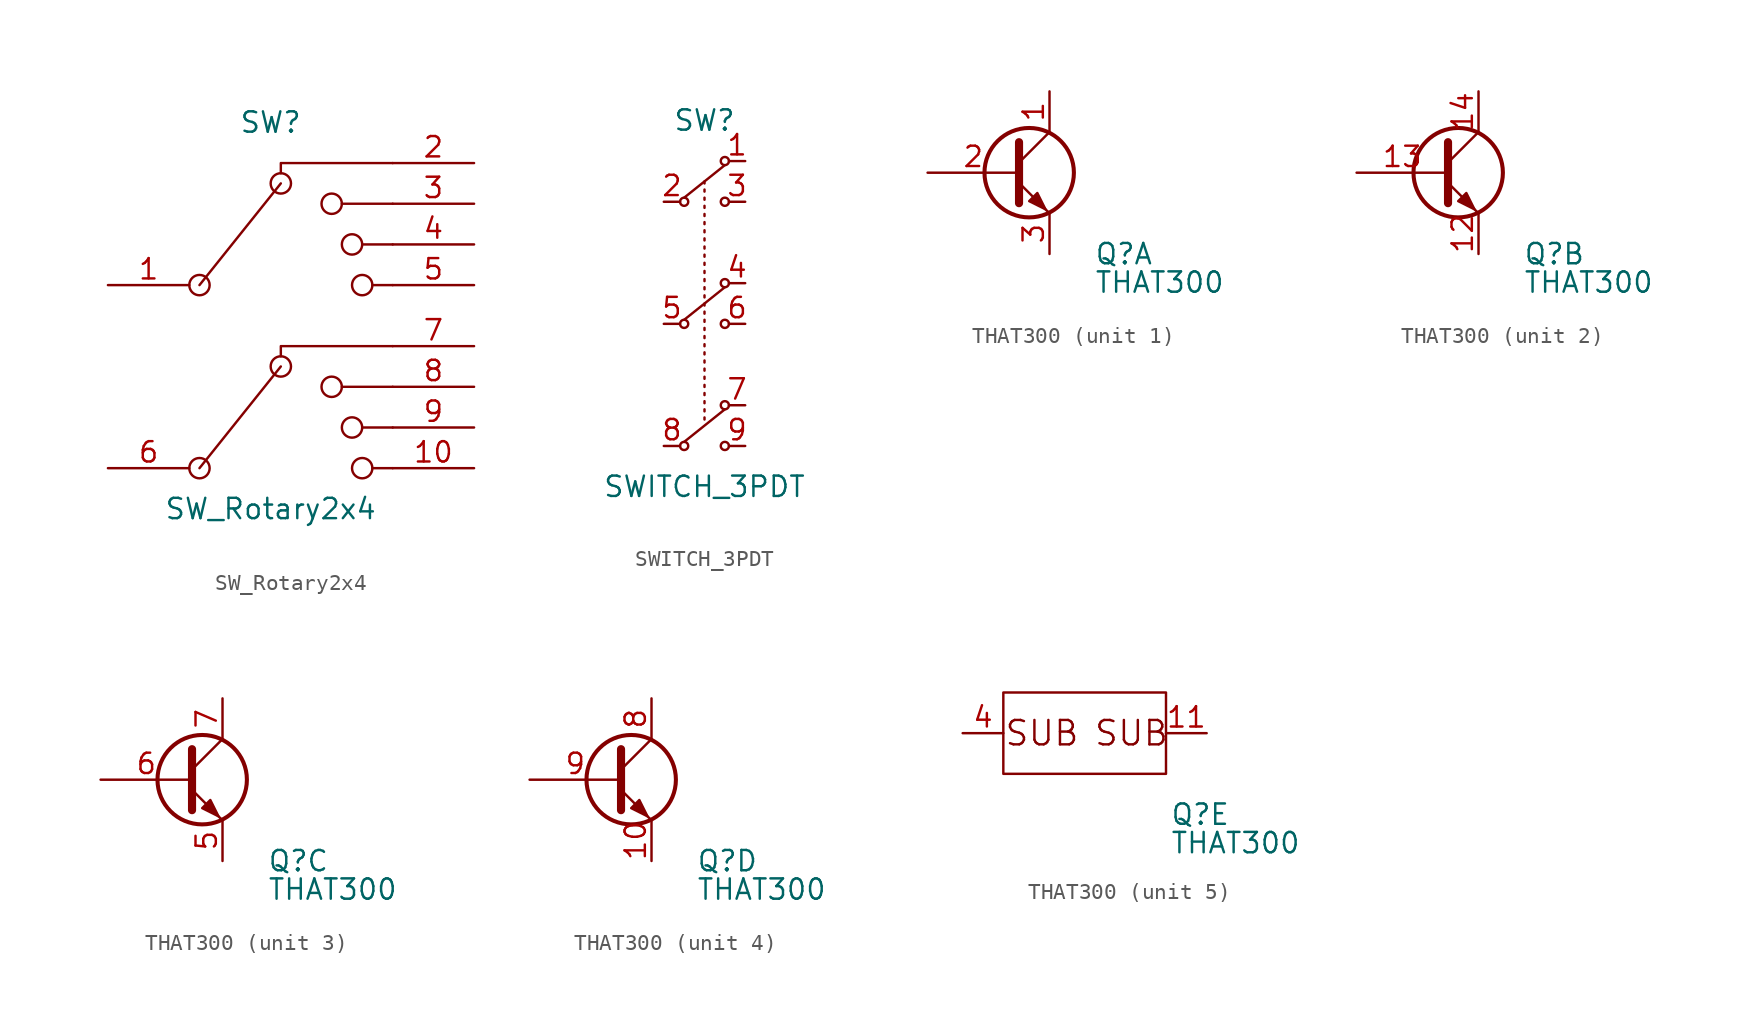
<source format=kicad_sym>
(kicad_symbol_lib
  (version 20220914)
  (generator kicad_symbol_editor)
  (symbol "SW_Rotary2x4"
    (pin_names
      (offset 1.016) hide)
    (property "Reference" "SW"
      (at 0 11.43 0)
      (effects (font (size 1.27 1.27))))
    (property "Value" "SW_Rotary2x4"
      (at 0 -12.7 0)
      (effects (font (size 1.27 1.27))))
    (symbol "SW_Rotary2x4_0_0"
      (circle (center -4.445 -10.16) (radius 0.635) (stroke (width 0) (type default)) (fill (type none)))
      (circle (center -4.445 1.27) (radius 0.635) (stroke (width 0) (type default)) (fill (type none)))
      (polyline (pts (xy -4.445 -10.16) (xy 0.635 -3.81)) (stroke (width 0) (type default)) (fill (type none)))
      (polyline (pts (xy -4.445 1.27) (xy 0.635 7.62)) (stroke (width 0) (type default)) (fill (type none)))
      (polyline (pts (xy 4.445 -5.08) (xy 7.62 -5.08)) (stroke (width 0) (type default)) (fill (type none)))
      (polyline (pts (xy 4.445 6.35) (xy 7.62 6.35)) (stroke (width 0) (type default)) (fill (type none)))
      (polyline (pts (xy 5.715 -7.62) (xy 7.62 -7.62)) (stroke (width 0) (type default)) (fill (type none)))
      (polyline (pts (xy 5.715 3.81) (xy 7.62 3.81)) (stroke (width 0) (type default)) (fill (type none)))
      (polyline (pts (xy 6.35 -10.16) (xy 7.62 -10.16)) (stroke (width 0) (type default)) (fill (type none)))
      (polyline (pts (xy 6.35 1.27) (xy 7.62 1.27)) (stroke (width 0) (type default)) (fill (type none)))
      (polyline (pts (xy 0.635 -3.175) (xy 0.635 -2.54) (xy 7.62 -2.54)) (stroke (width 0) (type default)) (fill (type none)))
      (polyline (pts (xy 0.635 8.255) (xy 0.635 8.89) (xy 7.62 8.89)) (stroke (width 0) (type default)) (fill (type none)))
      (circle (center 0.635 -3.81) (radius 0.635) (stroke (width 0) (type default)) (fill (type none)))
      (circle (center 0.635 7.62) (radius 0.635) (stroke (width 0) (type default)) (fill (type none)))
      (circle (center 3.81 -5.08) (radius 0.635) (stroke (width 0) (type default)) (fill (type none)))
      (circle (center 3.81 6.35) (radius 0.635) (stroke (width 0) (type default)) (fill (type none)))
      (circle (center 5.08 -7.62) (radius 0.635) (stroke (width 0) (type default)) (fill (type none)))
      (circle (center 5.08 3.81) (radius 0.635) (stroke (width 0) (type default)) (fill (type none)))
      (circle (center 5.715 -10.16) (radius 0.635) (stroke (width 0) (type default)) (fill (type none)))
      (circle (center 5.715 1.27) (radius 0.635) (stroke (width 0) (type default)) (fill (type none))))
    (symbol "SW_Rotary2x4_1_1"
      (pin passive line (at -10.16 1.27 0) (length 5.08) (name "A" (effects (font (size 1.27 1.27)))) (number "1" (effects (font (size 1.27 1.27)))))
      (pin passive line (at 12.7 -10.16 180) (length 5.08) (name "8" (effects (font (size 1.27 1.27)))) (number "10" (effects (font (size 1.27 1.27)))))
      (pin passive line (at 12.7 8.89 180) (length 5.08) (name "1" (effects (font (size 1.27 1.27)))) (number "2" (effects (font (size 1.27 1.27)))))
      (pin passive line (at 12.7 6.35 180) (length 5.08) (name "2" (effects (font (size 1.27 1.27)))) (number "3" (effects (font (size 1.27 1.27)))))
      (pin passive line (at 12.7 3.81 180) (length 5.08) (name "3" (effects (font (size 1.27 1.27)))) (number "4" (effects (font (size 1.27 1.27)))))
      (pin passive line (at 12.7 1.27 180) (length 5.08) (name "4" (effects (font (size 1.27 1.27)))) (number "5" (effects (font (size 1.27 1.27)))))
      (pin passive line (at -10.16 -10.16 0) (length 5.08) (name "B" (effects (font (size 1.27 1.27)))) (number "6" (effects (font (size 1.27 1.27)))))
      (pin passive line (at 12.7 -2.54 180) (length 5.08) (name "5" (effects (font (size 1.27 1.27)))) (number "7" (effects (font (size 1.27 1.27)))))
      (pin passive line (at 12.7 -5.08 180) (length 5.08) (name "6" (effects (font (size 1.27 1.27)))) (number "8" (effects (font (size 1.27 1.27)))))
      (pin passive line (at 12.7 -7.62 180) (length 5.08) (name "7" (effects (font (size 1.27 1.27)))) (number "9" (effects (font (size 1.27 1.27)))))))
  (symbol "SWITCH_3PDT"
    (pin_names
      (offset 0.025) hide)
    (property "Reference" "SW"
      (at 0 12.7 0)
      (effects (font (size 1.27 1.27))))
    (property "Value" "SWITCH_3PDT"
      (at 0 -10.16 0)
      (effects (font (size 1.27 1.27))))
    (symbol "SWITCH_3PDT_1_1"
      (circle (center -1.27 -7.62) (radius 0.254) (stroke (width 0) (type default)) (fill (type none)))
      (circle (center -1.27 0) (radius 0.254) (stroke (width 0) (type default)) (fill (type none)))
      (circle (center -1.27 7.62) (radius 0.254) (stroke (width 0) (type default)) (fill (type none)))
      (polyline (pts (xy -1.27 -7.366) (xy 1.27 -5.334)) (stroke (width 0) (type default)) (fill (type none)))
      (polyline (pts (xy -1.27 0.254) (xy 1.27 2.286)) (stroke (width 0) (type default)) (fill (type none)))
      (polyline (pts (xy -1.27 7.874) (xy 1.27 9.906)) (stroke (width 0) (type default)) (fill (type none)))
      (polyline (pts (xy 0 -5.842) (xy 0 -5.969)) (stroke (width 0) (type default)) (fill (type none)))
      (polyline (pts (xy 0 -5.334) (xy 0 -5.461)) (stroke (width 0) (type default)) (fill (type none)))
      (polyline (pts (xy 0 -4.826) (xy 0 -4.953)) (stroke (width 0) (type default)) (fill (type none)))
      (polyline (pts (xy 0 -4.318) (xy 0 -4.445)) (stroke (width 0) (type default)) (fill (type none)))
      (polyline (pts (xy 0 -3.81) (xy 0 -3.937)) (stroke (width 0) (type default)) (fill (type none)))
      (polyline (pts (xy 0 -3.302) (xy 0 -3.429)) (stroke (width 0) (type default)) (fill (type none)))
      (polyline (pts (xy 0 -2.794) (xy 0 -2.921)) (stroke (width 0) (type default)) (fill (type none)))
      (polyline (pts (xy 0 -2.286) (xy 0 -2.413)) (stroke (width 0) (type default)) (fill (type none)))
      (polyline (pts (xy 0 -1.778) (xy 0 -1.905)) (stroke (width 0) (type default)) (fill (type none)))
      (polyline (pts (xy 0 -1.27) (xy 0 -1.397)) (stroke (width 0) (type default)) (fill (type none)))
      (polyline (pts (xy 0 -0.762) (xy 0 -0.889)) (stroke (width 0) (type default)) (fill (type none)))
      (polyline (pts (xy 0 -0.254) (xy 0 -0.381)) (stroke (width 0) (type default)) (fill (type none)))
      (polyline (pts (xy 0 0.254) (xy 0 0.127)) (stroke (width 0) (type default)) (fill (type none)))
      (polyline (pts (xy 0 0.762) (xy 0 0.635)) (stroke (width 0) (type default)) (fill (type none)))
      (polyline (pts (xy 0 1.27) (xy 0 1.143)) (stroke (width 0) (type default)) (fill (type none)))
      (polyline (pts (xy 0 1.778) (xy 0 1.651)) (stroke (width 0) (type default)) (fill (type none)))
      (polyline (pts (xy 0 2.286) (xy 0 2.159)) (stroke (width 0) (type default)) (fill (type none)))
      (polyline (pts (xy 0 2.794) (xy 0 2.667)) (stroke (width 0) (type default)) (fill (type none)))
      (polyline (pts (xy 0 3.302) (xy 0 3.175)) (stroke (width 0) (type default)) (fill (type none)))
      (polyline (pts (xy 0 3.81) (xy 0 3.683)) (stroke (width 0) (type default)) (fill (type none)))
      (polyline (pts (xy 0 4.318) (xy 0 4.191)) (stroke (width 0) (type default)) (fill (type none)))
      (polyline (pts (xy 0 4.826) (xy 0 4.699)) (stroke (width 0) (type default)) (fill (type none)))
      (polyline (pts (xy 0 5.334) (xy 0 5.207)) (stroke (width 0) (type default)) (fill (type none)))
      (polyline (pts (xy 0 5.842) (xy 0 5.715)) (stroke (width 0) (type default)) (fill (type none)))
      (polyline (pts (xy 0 6.35) (xy 0 6.223)) (stroke (width 0) (type default)) (fill (type none)))
      (polyline (pts (xy 0 6.858) (xy 0 6.731)) (stroke (width 0) (type default)) (fill (type none)))
      (polyline (pts (xy 0 7.366) (xy 0 7.239)) (stroke (width 0) (type default)) (fill (type none)))
      (polyline (pts (xy 0 7.874) (xy 0 7.747)) (stroke (width 0) (type default)) (fill (type none)))
      (polyline (pts (xy 0 8.382) (xy 0 8.255)) (stroke (width 0) (type default)) (fill (type none)))
      (polyline (pts (xy 0 8.89) (xy 0 8.763)) (stroke (width 0) (type default)) (fill (type none)))
      (circle (center 1.27 -7.62) (radius 0.254) (stroke (width 0) (type default)) (fill (type none)))
      (circle (center 1.27 -5.08) (radius 0.254) (stroke (width 0) (type default)) (fill (type none)))
      (circle (center 1.27 0) (radius 0.254) (stroke (width 0) (type default)) (fill (type none)))
      (circle (center 1.27 2.54) (radius 0.254) (stroke (width 0) (type default)) (fill (type none)))
      (circle (center 1.27 7.62) (radius 0.254) (stroke (width 0) (type default)) (fill (type none)))
      (circle (center 1.27 10.16) (radius 0.254) (stroke (width 0) (type default)) (fill (type none)))
      (pin passive line (at 2.54 10.16 180) (length 1.016) (name "\"~{\"}" (effects (font (size 1.27 1.27)))) (number "1" (effects (font (size 1.27 1.27)))))
      (pin passive line (at -2.54 7.62 0) (length 1.016) (name "\"~{\"}" (effects (font (size 1.27 1.27)))) (number "2" (effects (font (size 1.27 1.27)))))
      (pin passive line (at 2.54 7.62 180) (length 1.016) (name "\"~{\"}" (effects (font (size 1.27 1.27)))) (number "3" (effects (font (size 1.27 1.27)))))
      (pin passive line (at 2.54 2.54 180) (length 1.016) (name "\"~{\"}" (effects (font (size 1.27 1.27)))) (number "4" (effects (font (size 1.27 1.27)))))
      (pin passive line (at -2.54 0 0) (length 1.016) (name "\"~{\"}" (effects (font (size 1.27 1.27)))) (number "5" (effects (font (size 1.27 1.27)))))
      (pin passive line (at 2.54 0 180) (length 1.016) (name "\"~{\"}" (effects (font (size 1.27 1.27)))) (number "6" (effects (font (size 1.27 1.27)))))
      (pin passive line (at 2.54 -5.08 180) (length 1.016) (name "\"~{\"}" (effects (font (size 1.27 1.27)))) (number "7" (effects (font (size 1.27 1.27)))))
      (pin passive line (at -2.54 -7.62 0) (length 1.016) (name "\"~{\"}" (effects (font (size 1.27 1.27)))) (number "8" (effects (font (size 1.27 1.27)))))
      (pin passive line (at 2.54 -7.62 180) (length 1.016) (name "\"~{\"}" (effects (font (size 1.27 1.27)))) (number "9" (effects (font (size 1.27 1.27)))))))
  (symbol "THAT300"
    (pin_names
      (offset 0) hide)
    (property "Reference" "Q"
      (at 5.334 -5.08 0)
      (effects (font (size 1.27 1.27)) (justify left)))
    (property "Value" "THAT300"
      (at 5.334 -6.858 0)
      (effects (font (size 1.27 1.27)) (justify left)))
    (property "Footprint" ""
      (at 3.048 2.54 0)
      (effects (font (size 1.27 1.27))))
    (property "Datasheet" ""
      (at -2.032 0 0)
      (effects (font (size 1.27 1.27))))
    (property "ki_locked" ""
      (at 0 0 0)
      (effects (font (size 1.27 1.27))))
    (symbol "THAT300_1_0"
      (polyline (pts (xy 2.54 -2.54) (xy 0.635 -0.635)) (stroke (width 0) (type default)) (fill (type none))))
    (symbol "THAT300_1_1"
      (polyline (pts (xy 2.54 2.54) (xy 0.635 0.635)) (stroke (width 0) (type default)) (fill (type none)))
      (polyline (pts (xy 0.635 1.905) (xy 0.635 -1.905) (xy 0.635 -1.905)) (stroke (width 0.508) (type default)) (fill (type none)))
      (polyline (pts (xy 1.27 -1.778) (xy 1.778 -1.27) (xy 2.286 -2.286) (xy 1.27 -1.778)) (stroke (width 0) (type default)) (fill (type outline)))
      (circle (center 1.27 0) (radius 2.794) (stroke (width 0.254) (type default)) (fill (type none)))
      (pin passive line (at 2.54 5.08 270) (length 2.54) (name "C" (effects (font (size 1.27 1.27)))) (number "1" (effects (font (size 1.27 1.27)))))
      (pin input line (at -5.08 0 0) (length 5.715) (name "B" (effects (font (size 1.27 1.27)))) (number "2" (effects (font (size 1.27 1.27)))))
      (pin passive line (at 2.54 -5.08 90) (length 2.54) (name "E" (effects (font (size 1.27 1.27)))) (number "3" (effects (font (size 1.27 1.27))))))
    (symbol "THAT300_2_0"
      (polyline (pts (xy 2.54 -2.54) (xy 0.635 -0.635)) (stroke (width 0) (type default)) (fill (type none))))
    (symbol "THAT300_2_1"
      (polyline (pts (xy 2.54 2.54) (xy 0.635 0.635)) (stroke (width 0) (type default)) (fill (type none)))
      (polyline (pts (xy 0.635 1.905) (xy 0.635 -1.905) (xy 0.635 -1.905)) (stroke (width 0.508) (type default)) (fill (type none)))
      (polyline (pts (xy 1.27 -1.778) (xy 1.778 -1.27) (xy 2.286 -2.286) (xy 1.27 -1.778)) (stroke (width 0) (type default)) (fill (type outline)))
      (circle (center 1.27 0) (radius 2.794) (stroke (width 0.254) (type default)) (fill (type none)))
      (pin passive line (at 2.54 -5.08 90) (length 2.54) (name "E" (effects (font (size 1.27 1.27)))) (number "12" (effects (font (size 1.27 1.27)))))
      (pin input line (at -5.08 0 0) (length 5.715) (name "B" (effects (font (size 1.27 1.27)))) (number "13" (effects (font (size 1.27 1.27)))))
      (pin passive line (at 2.54 5.08 270) (length 2.54) (name "C" (effects (font (size 1.27 1.27)))) (number "14" (effects (font (size 1.27 1.27))))))
    (symbol "THAT300_3_0"
      (polyline (pts (xy 2.54 -2.54) (xy 0.635 -0.635)) (stroke (width 0) (type default)) (fill (type none))))
    (symbol "THAT300_3_1"
      (polyline (pts (xy 2.54 2.54) (xy 0.635 0.635)) (stroke (width 0) (type default)) (fill (type none)))
      (polyline (pts (xy 0.635 1.905) (xy 0.635 -1.905) (xy 0.635 -1.905)) (stroke (width 0.508) (type default)) (fill (type none)))
      (polyline (pts (xy 1.27 -1.778) (xy 1.778 -1.27) (xy 2.286 -2.286) (xy 1.27 -1.778)) (stroke (width 0) (type default)) (fill (type outline)))
      (circle (center 1.27 0) (radius 2.794) (stroke (width 0.254) (type default)) (fill (type none)))
      (pin passive line (at 2.54 -5.08 90) (length 2.54) (name "E" (effects (font (size 1.27 1.27)))) (number "5" (effects (font (size 1.27 1.27)))))
      (pin input line (at -5.08 0 0) (length 5.715) (name "B" (effects (font (size 1.27 1.27)))) (number "6" (effects (font (size 1.27 1.27)))))
      (pin passive line (at 2.54 5.08 270) (length 2.54) (name "C" (effects (font (size 1.27 1.27)))) (number "7" (effects (font (size 1.27 1.27))))))
    (symbol "THAT300_4_0"
      (polyline (pts (xy 2.54 -2.54) (xy 0.635 -0.635)) (stroke (width 0) (type default)) (fill (type none))))
    (symbol "THAT300_4_1"
      (polyline (pts (xy 2.54 2.54) (xy 0.635 0.635)) (stroke (width 0) (type default)) (fill (type none)))
      (polyline (pts (xy 0.635 1.905) (xy 0.635 -1.905) (xy 0.635 -1.905)) (stroke (width 0.508) (type default)) (fill (type none)))
      (polyline (pts (xy 1.27 -1.778) (xy 1.778 -1.27) (xy 2.286 -2.286) (xy 1.27 -1.778)) (stroke (width 0) (type default)) (fill (type outline)))
      (circle (center 1.27 0) (radius 2.794) (stroke (width 0.254) (type default)) (fill (type none)))
      (pin passive line (at 2.54 -5.08 90) (length 2.54) (name "E" (effects (font (size 1.27 1.27)))) (number "10" (effects (font (size 1.27 1.27)))))
      (pin input line (at 2.54 5.08 270) (length 2.54) (name "~" (effects (font (size 1.27 1.27)))) (number "8" (effects (font (size 1.27 1.27)))))
      (pin input line (at -5.08 0 0) (length 5.715) (name "B" (effects (font (size 1.27 1.27)))) (number "9" (effects (font (size 1.27 1.27))))))
    (symbol "THAT300_5_0"
      (text "SUB" (at -2.667 0 0) (effects (font (size 1.524 1.524))))
      (text "SUB" (at 2.921 0 0) (effects (font (size 1.524 1.524)))))
    (symbol "THAT300_5_1"
      (rectangle (start -5.08 2.54) (end 5.08 -2.54) (stroke (width 0) (type default)) (fill (type none)))
      (pin passive line (at 7.62 0 180) (length 2.54) (name "E" (effects (font (size 1.27 1.27)))) (number "11" (effects (font (size 1.27 1.27)))))
      (pin input line (at -7.62 0 0) (length 2.54) (name "B" (effects (font (size 1.27 1.27)))) (number "4" (effects (font (size 1.27 1.27))))))))
</source>
